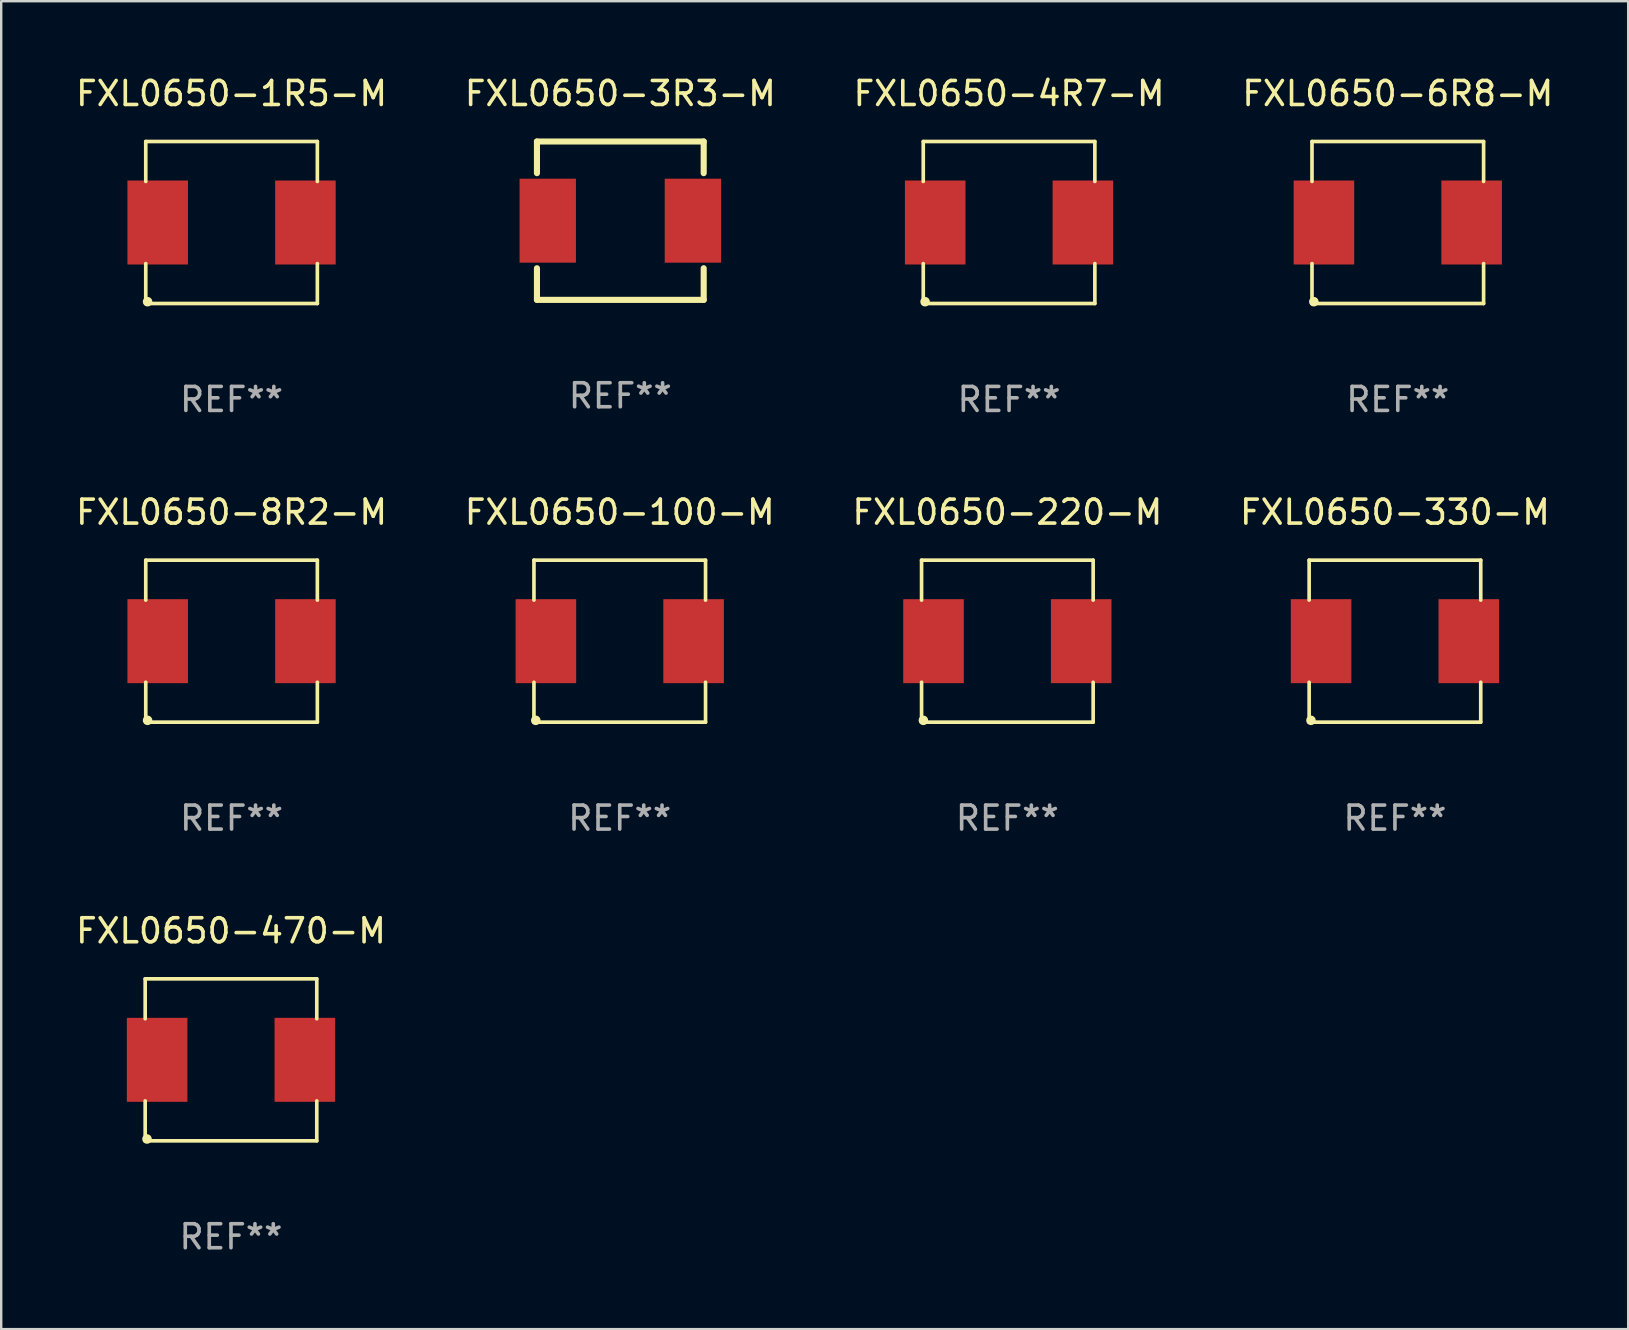
<source format=kicad_pcb>
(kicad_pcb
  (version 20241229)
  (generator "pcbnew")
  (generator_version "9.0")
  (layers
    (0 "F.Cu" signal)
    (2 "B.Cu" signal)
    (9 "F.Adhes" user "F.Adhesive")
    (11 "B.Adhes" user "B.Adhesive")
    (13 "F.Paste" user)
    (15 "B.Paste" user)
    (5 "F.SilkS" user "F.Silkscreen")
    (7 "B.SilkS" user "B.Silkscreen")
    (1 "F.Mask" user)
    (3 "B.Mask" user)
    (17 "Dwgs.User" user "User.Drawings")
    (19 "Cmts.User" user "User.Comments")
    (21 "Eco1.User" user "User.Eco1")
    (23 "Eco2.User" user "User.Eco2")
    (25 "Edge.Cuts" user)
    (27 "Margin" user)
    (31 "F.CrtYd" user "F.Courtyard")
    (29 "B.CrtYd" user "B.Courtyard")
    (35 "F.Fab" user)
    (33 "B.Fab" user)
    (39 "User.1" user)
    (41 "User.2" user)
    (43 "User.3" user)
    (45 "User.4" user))
  (footprint "FXL0650-4R7-M"
    (layer "F.Cu")
    (at 39.006 6.224)
    (property "Reference" "FXL0650-4R7-M" (at 0 -5.376 0) (layer "F.SilkS") (effects (font (size 1 1) (thickness 0.15))))
    (attr through_hole)
    (fp_line (start -3.576 -3.376) (end 3.576 -3.376) (stroke (width 0.152) (type solid)) (layer "F.SilkS"))
    (fp_line (start -3.576 -1.712) (end -3.576 -3.376) (stroke (width 0.152) (type solid)) (layer "F.SilkS"))
    (fp_line (start -3.576 1.712) (end -3.576 3.376) (stroke (width 0.152) (type solid)) (layer "F.SilkS"))
    (fp_line (start -3.576 3.376) (end 3.576 3.376) (stroke (width 0.152) (type solid)) (layer "F.SilkS"))
    (fp_line (start 3.576 -3.376) (end 3.576 -1.712) (stroke (width 0.152) (type solid)) (layer "F.SilkS"))
    (fp_line (start 3.576 3.376) (end 3.576 1.712) (stroke (width 0.152) (type solid)) (layer "F.SilkS"))
    (fp_circle (center -3.5 3.3) (end -3.4 3.3) (stroke (width 0.2) (type solid)) (fill no) (layer "F.SilkS"))
    (fp_text user "REF**" (at 0 7.376 0) (layer "F.Fab") (effects (font (size 1 1) (thickness 0.15))))
    (pad "1" smd rect (at 3.078 0) (size 2.524 3.5) (layers "F.Cu" "F.Mask" "F.Paste"))
    (pad "2" smd rect (at -3.078 0) (size 2.524 3.5) (layers "F.Cu" "F.Mask" "F.Paste")))
  (footprint "FXL0650-220-M"
    (layer "F.Cu")
    (at 38.935 23.673)
    (property "Reference" "FXL0650-220-M" (at 0 -5.376 0) (layer "F.SilkS") (effects (font (size 1 1) (thickness 0.15))))
    (attr through_hole)
    (fp_line (start -3.576 -3.376) (end 3.576 -3.376) (stroke (width 0.152) (type solid)) (layer "F.SilkS"))
    (fp_line (start -3.576 -1.712) (end -3.576 -3.376) (stroke (width 0.152) (type solid)) (layer "F.SilkS"))
    (fp_line (start -3.576 1.712) (end -3.576 3.376) (stroke (width 0.152) (type solid)) (layer "F.SilkS"))
    (fp_line (start -3.576 3.376) (end 3.576 3.376) (stroke (width 0.152) (type solid)) (layer "F.SilkS"))
    (fp_line (start 3.576 -3.376) (end 3.576 -1.712) (stroke (width 0.152) (type solid)) (layer "F.SilkS"))
    (fp_line (start 3.576 3.376) (end 3.576 1.712) (stroke (width 0.152) (type solid)) (layer "F.SilkS"))
    (fp_circle (center -3.5 3.3) (end -3.4 3.3) (stroke (width 0.2) (type solid)) (fill no) (layer "F.SilkS"))
    (fp_text user "REF**" (at 0 7.376 0) (layer "F.Fab") (effects (font (size 1 1) (thickness 0.15))))
    (pad "1" smd rect (at 3.078 0) (size 2.524 3.5) (layers "F.Cu" "F.Mask" "F.Paste"))
    (pad "2" smd rect (at -3.078 0) (size 2.524 3.5) (layers "F.Cu" "F.Mask" "F.Paste")))
  (footprint "FXL0650-3R3-M"
    (layer "F.Cu")
    (at 22.804 6.148)
    (property "Reference" "FXL0650-3R3-M" (at 0 -5.3 0) (layer "F.SilkS") (effects (font (size 1 1) (thickness 0.15))))
    (attr through_hole)
    (fp_line (start -3.475 -3.3) (end 3.475 -3.3) (stroke (width 0.254) (type solid)) (layer "F.SilkS"))
    (fp_line (start -3.475 -1.981) (end -3.475 -3.3) (stroke (width 0.254) (type solid)) (layer "F.SilkS"))
    (fp_line (start -3.475 3.3) (end -3.475 1.981) (stroke (width 0.254) (type solid)) (layer "F.SilkS"))
    (fp_line (start -3.475 3.3) (end 3.475 3.3) (stroke (width 0.254) (type solid)) (layer "F.SilkS"))
    (fp_line (start 3.475 -1.981) (end 3.475 -3.3) (stroke (width 0.254) (type solid)) (layer "F.SilkS"))
    (fp_line (start 3.475 3.3) (end 3.475 1.981) (stroke (width 0.254) (type solid)) (layer "F.SilkS"))
    (fp_circle (center -3.475 3.3) (end -3.445 3.3) (stroke (width 0.06) (type solid)) (fill no) (layer "F.SilkS"))
    (fp_text user "REF**" (at 0 7.3 0) (layer "F.Fab") (effects (font (size 1 1) (thickness 0.15))))
    (pad "1" smd rect (at -3.025 0) (size 2.35 3.5) (layers "F.Cu" "F.Mask" "F.Paste"))
    (pad "2" smd rect (at 3.025 0) (size 2.35 3.5) (layers "F.Cu" "F.Mask" "F.Paste")))
  (footprint "FXL0650-100-M"
    (layer "F.Cu")
    (at 22.78 23.673)
    (property "Reference" "FXL0650-100-M" (at 0 -5.376 0) (layer "F.SilkS") (effects (font (size 1 1) (thickness 0.15))))
    (attr through_hole)
    (fp_line (start -3.576 -3.376) (end 3.576 -3.376) (stroke (width 0.152) (type solid)) (layer "F.SilkS"))
    (fp_line (start -3.576 -1.712) (end -3.576 -3.376) (stroke (width 0.152) (type solid)) (layer "F.SilkS"))
    (fp_line (start -3.576 1.712) (end -3.576 3.376) (stroke (width 0.152) (type solid)) (layer "F.SilkS"))
    (fp_line (start -3.576 3.376) (end 3.576 3.376) (stroke (width 0.152) (type solid)) (layer "F.SilkS"))
    (fp_line (start 3.576 -3.376) (end 3.576 -1.712) (stroke (width 0.152) (type solid)) (layer "F.SilkS"))
    (fp_line (start 3.576 3.376) (end 3.576 1.712) (stroke (width 0.152) (type solid)) (layer "F.SilkS"))
    (fp_circle (center -3.5 3.3) (end -3.4 3.3) (stroke (width 0.2) (type solid)) (fill no) (layer "F.SilkS"))
    (fp_text user "REF**" (at 0 7.376 0) (layer "F.Fab") (effects (font (size 1 1) (thickness 0.15))))
    (pad "1" smd rect (at 3.078 0) (size 2.524 3.5) (layers "F.Cu" "F.Mask" "F.Paste"))
    (pad "2" smd rect (at -3.078 0) (size 2.524 3.5) (layers "F.Cu" "F.Mask" "F.Paste")))
  (footprint "FXL0650-6R8-M"
    (layer "F.Cu")
    (at 55.208 6.224)
    (property "Reference" "FXL0650-6R8-M" (at 0 -5.376 0) (layer "F.SilkS") (effects (font (size 1 1) (thickness 0.15))))
    (attr through_hole)
    (fp_line (start -3.576 -3.376) (end 3.576 -3.376) (stroke (width 0.152) (type solid)) (layer "F.SilkS"))
    (fp_line (start -3.576 -1.712) (end -3.576 -3.376) (stroke (width 0.152) (type solid)) (layer "F.SilkS"))
    (fp_line (start -3.576 1.712) (end -3.576 3.376) (stroke (width 0.152) (type solid)) (layer "F.SilkS"))
    (fp_line (start -3.576 3.376) (end 3.576 3.376) (stroke (width 0.152) (type solid)) (layer "F.SilkS"))
    (fp_line (start 3.576 -3.376) (end 3.576 -1.712) (stroke (width 0.152) (type solid)) (layer "F.SilkS"))
    (fp_line (start 3.576 3.376) (end 3.576 1.712) (stroke (width 0.152) (type solid)) (layer "F.SilkS"))
    (fp_circle (center -3.5 3.3) (end -3.4 3.3) (stroke (width 0.2) (type solid)) (fill no) (layer "F.SilkS"))
    (fp_text user "REF**" (at 0 7.376 0) (layer "F.Fab") (effects (font (size 1 1) (thickness 0.15))))
    (pad "1" smd rect (at 3.078 0) (size 2.524 3.5) (layers "F.Cu" "F.Mask" "F.Paste"))
    (pad "2" smd rect (at -3.078 0) (size 2.524 3.5) (layers "F.Cu" "F.Mask" "F.Paste")))
  (footprint "FXL0650-330-M"
    (layer "F.Cu")
    (at 55.089 23.673)
    (property "Reference" "FXL0650-330-M" (at 0 -5.376 0) (layer "F.SilkS") (effects (font (size 1 1) (thickness 0.15))))
    (attr through_hole)
    (fp_line (start -3.576 -3.376) (end 3.576 -3.376) (stroke (width 0.152) (type solid)) (layer "F.SilkS"))
    (fp_line (start -3.576 -1.712) (end -3.576 -3.376) (stroke (width 0.152) (type solid)) (layer "F.SilkS"))
    (fp_line (start -3.576 1.712) (end -3.576 3.376) (stroke (width 0.152) (type solid)) (layer "F.SilkS"))
    (fp_line (start -3.576 3.376) (end 3.576 3.376) (stroke (width 0.152) (type solid)) (layer "F.SilkS"))
    (fp_line (start 3.576 -3.376) (end 3.576 -1.712) (stroke (width 0.152) (type solid)) (layer "F.SilkS"))
    (fp_line (start 3.576 3.376) (end 3.576 1.712) (stroke (width 0.152) (type solid)) (layer "F.SilkS"))
    (fp_circle (center -3.5 3.3) (end -3.4 3.3) (stroke (width 0.2) (type solid)) (fill no) (layer "F.SilkS"))
    (fp_text user "REF**" (at 0 7.376 0) (layer "F.Fab") (effects (font (size 1 1) (thickness 0.15))))
    (pad "1" smd rect (at 3.078 0) (size 2.524 3.5) (layers "F.Cu" "F.Mask" "F.Paste"))
    (pad "2" smd rect (at -3.078 0) (size 2.524 3.5) (layers "F.Cu" "F.Mask" "F.Paste")))
  (footprint "FXL0650-8R2-M"
    (layer "F.Cu")
    (at 6.601 23.673)
    (property "Reference" "FXL0650-8R2-M" (at 0 -5.376 0) (layer "F.SilkS") (effects (font (size 1 1) (thickness 0.15))))
    (attr through_hole)
    (fp_line (start -3.576 -3.376) (end 3.576 -3.376) (stroke (width 0.152) (type solid)) (layer "F.SilkS"))
    (fp_line (start -3.576 -1.712) (end -3.576 -3.376) (stroke (width 0.152) (type solid)) (layer "F.SilkS"))
    (fp_line (start -3.576 1.712) (end -3.576 3.376) (stroke (width 0.152) (type solid)) (layer "F.SilkS"))
    (fp_line (start -3.576 3.376) (end 3.576 3.376) (stroke (width 0.152) (type solid)) (layer "F.SilkS"))
    (fp_line (start 3.576 -3.376) (end 3.576 -1.712) (stroke (width 0.152) (type solid)) (layer "F.SilkS"))
    (fp_line (start 3.576 3.376) (end 3.576 1.712) (stroke (width 0.152) (type solid)) (layer "F.SilkS"))
    (fp_circle (center -3.5 3.3) (end -3.4 3.3) (stroke (width 0.2) (type solid)) (fill no) (layer "F.SilkS"))
    (fp_text user "REF**" (at 0 7.376 0) (layer "F.Fab") (effects (font (size 1 1) (thickness 0.15))))
    (pad "1" smd rect (at 3.078 0) (size 2.524 3.5) (layers "F.Cu" "F.Mask" "F.Paste"))
    (pad "2" smd rect (at -3.078 0) (size 2.524 3.5) (layers "F.Cu" "F.Mask" "F.Paste")))
  (footprint "FXL0650-1R5-M"
    (layer "F.Cu")
    (at 6.601 6.224)
    (property "Reference" "FXL0650-1R5-M" (at 0 -5.376 0) (layer "F.SilkS") (effects (font (size 1 1) (thickness 0.15))))
    (attr through_hole)
    (fp_line (start -3.576 -3.376) (end 3.576 -3.376) (stroke (width 0.152) (type solid)) (layer "F.SilkS"))
    (fp_line (start -3.576 -1.712) (end -3.576 -3.376) (stroke (width 0.152) (type solid)) (layer "F.SilkS"))
    (fp_line (start -3.576 1.712) (end -3.576 3.376) (stroke (width 0.152) (type solid)) (layer "F.SilkS"))
    (fp_line (start -3.576 3.376) (end 3.576 3.376) (stroke (width 0.152) (type solid)) (layer "F.SilkS"))
    (fp_line (start 3.576 -3.376) (end 3.576 -1.712) (stroke (width 0.152) (type solid)) (layer "F.SilkS"))
    (fp_line (start 3.576 3.376) (end 3.576 1.712) (stroke (width 0.152) (type solid)) (layer "F.SilkS"))
    (fp_circle (center -3.5 3.3) (end -3.4 3.3) (stroke (width 0.2) (type solid)) (fill no) (layer "F.SilkS"))
    (fp_text user "REF**" (at 0 7.376 0) (layer "F.Fab") (effects (font (size 1 1) (thickness 0.15))))
    (pad "1" smd rect (at 3.078 0) (size 2.524 3.5) (layers "F.Cu" "F.Mask" "F.Paste"))
    (pad "2" smd rect (at -3.078 0) (size 2.524 3.5) (layers "F.Cu" "F.Mask" "F.Paste")))
  (footprint "FXL0650-470-M"
    (layer "F.Cu")
    (at 6.577 41.122)
    (property "Reference" "FXL0650-470-M" (at 0 -5.376 0) (layer "F.SilkS") (effects (font (size 1 1) (thickness 0.15))))
    (attr through_hole)
    (fp_line (start -3.576 -3.376) (end 3.576 -3.376) (stroke (width 0.152) (type solid)) (layer "F.SilkS"))
    (fp_line (start -3.576 -1.712) (end -3.576 -3.376) (stroke (width 0.152) (type solid)) (layer "F.SilkS"))
    (fp_line (start -3.576 1.712) (end -3.576 3.376) (stroke (width 0.152) (type solid)) (layer "F.SilkS"))
    (fp_line (start -3.576 3.376) (end 3.576 3.376) (stroke (width 0.152) (type solid)) (layer "F.SilkS"))
    (fp_line (start 3.576 -3.376) (end 3.576 -1.712) (stroke (width 0.152) (type solid)) (layer "F.SilkS"))
    (fp_line (start 3.576 3.376) (end 3.576 1.712) (stroke (width 0.152) (type solid)) (layer "F.SilkS"))
    (fp_circle (center -3.5 3.3) (end -3.4 3.3) (stroke (width 0.2) (type solid)) (fill no) (layer "F.SilkS"))
    (fp_text user "REF**" (at 0 7.376 0) (layer "F.Fab") (effects (font (size 1 1) (thickness 0.15))))
    (pad "1" smd rect (at 3.078 0) (size 2.524 3.5) (layers "F.Cu" "F.Mask" "F.Paste"))
    (pad "2" smd rect (at -3.078 0) (size 2.524 3.5) (layers "F.Cu" "F.Mask" "F.Paste")))
  (gr_rect
    (start -3 -3)
    (end 64.81 52.347)
    (stroke (width 0.1) (type default))
    (fill no)
    (layer "Edge.Cuts")))
</source>
